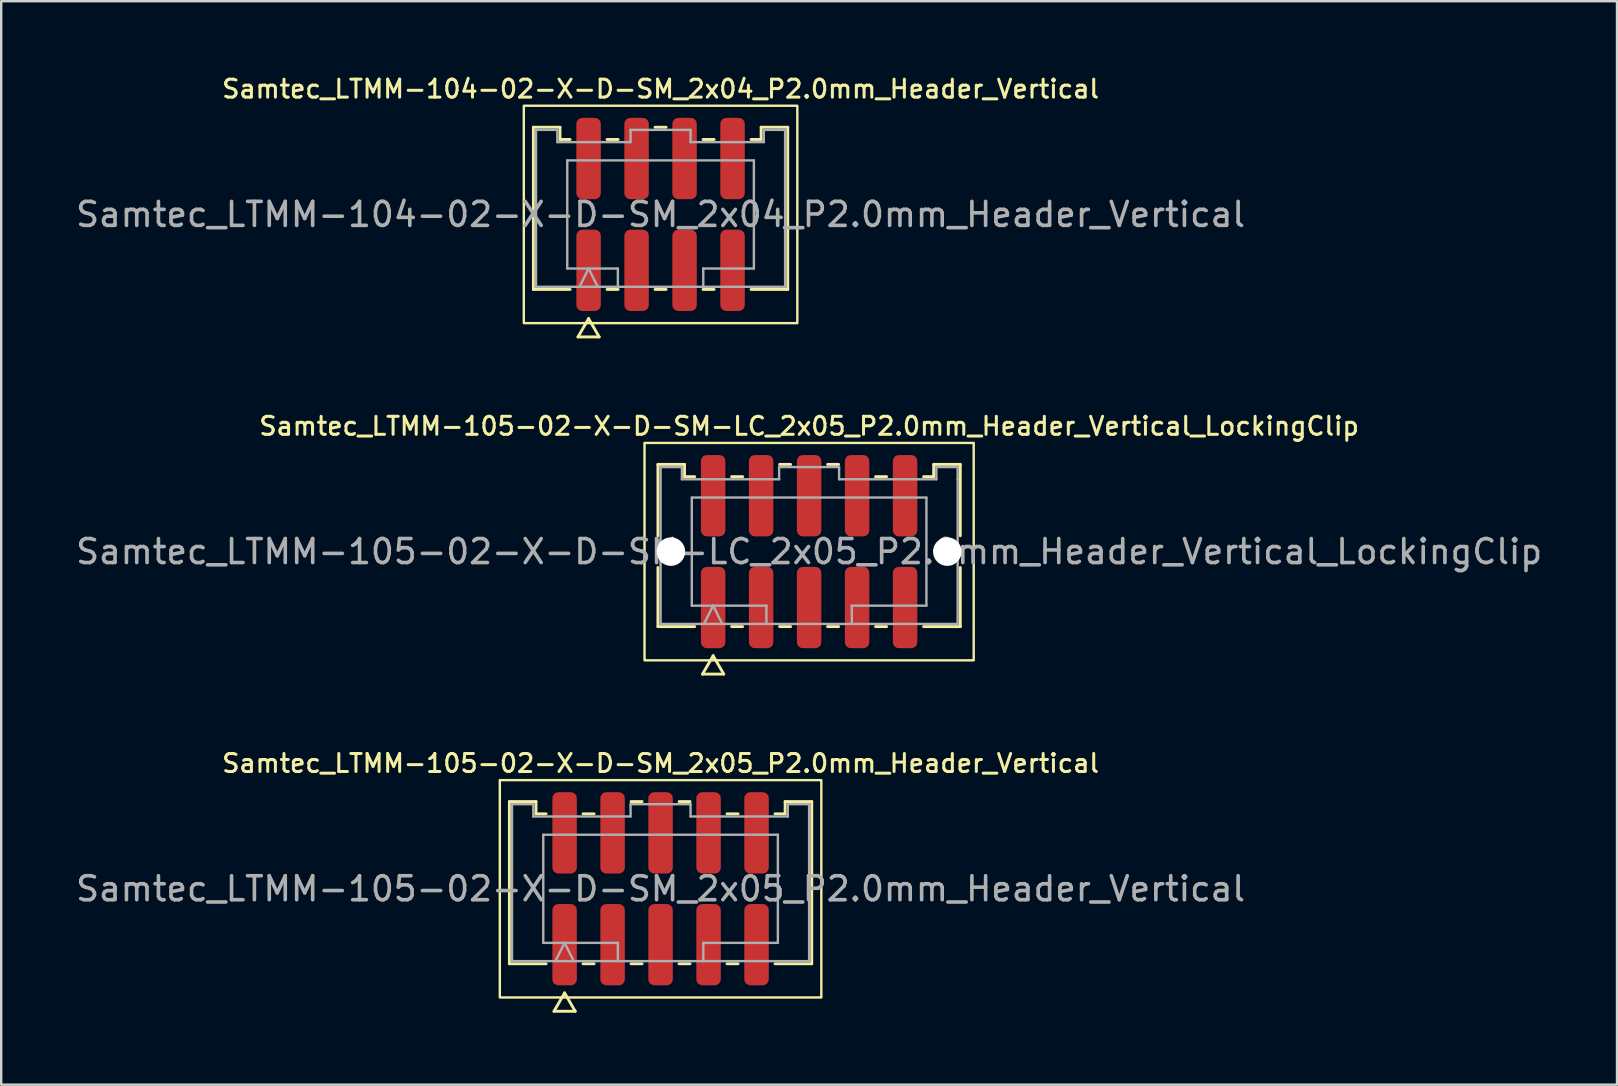
<source format=kicad_pcb>
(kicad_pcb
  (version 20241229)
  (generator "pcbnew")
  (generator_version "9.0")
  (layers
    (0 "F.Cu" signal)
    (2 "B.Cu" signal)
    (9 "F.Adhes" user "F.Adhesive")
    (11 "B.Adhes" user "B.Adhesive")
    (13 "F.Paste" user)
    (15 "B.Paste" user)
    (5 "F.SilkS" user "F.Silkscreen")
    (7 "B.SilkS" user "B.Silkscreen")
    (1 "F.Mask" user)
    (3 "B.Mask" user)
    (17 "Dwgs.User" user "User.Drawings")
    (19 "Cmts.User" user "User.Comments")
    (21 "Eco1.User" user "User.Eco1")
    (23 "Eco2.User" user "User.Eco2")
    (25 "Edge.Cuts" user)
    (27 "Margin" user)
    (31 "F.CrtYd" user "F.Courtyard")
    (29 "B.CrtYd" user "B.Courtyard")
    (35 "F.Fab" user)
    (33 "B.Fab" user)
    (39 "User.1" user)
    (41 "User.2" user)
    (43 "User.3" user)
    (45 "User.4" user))
  (footprint "Samtec_LTMM-105-02-X-D-SM_2x05_P2.0mm_Header_Vertical"
    (layer "F.Cu")
    (at 24.482 33.994)
    (property "Reference" "Samtec_LTMM-105-02-X-D-SM_2x05_P2.0mm_Header_Vertical" (at 0 -5.23 0) (layer "F.SilkS") (effects (font (size 0.75 0.75) (thickness 0.125))))
    (attr smd)
    (fp_line (start -6.301 -3.635) (end -5.192 -3.635) (stroke (width 0.12) (type solid)) (layer "F.SilkS"))
    (fp_line (start -6.301 3.125) (end -6.301 -3.635) (stroke (width 0.12) (type solid)) (layer "F.SilkS"))
    (fp_line (start -5.192 -3.635) (end -5.192 -3.125) (stroke (width 0.12) (type solid)) (layer "F.SilkS"))
    (fp_line (start -5.192 -3.125) (end -4.77 -3.125) (stroke (width 0.12) (type solid)) (layer "F.SilkS"))
    (fp_line (start -4.77 3.125) (end -6.301 3.125) (stroke (width 0.12) (type solid)) (layer "F.SilkS"))
    (fp_line (start -4.442 5.105) (end -4 4.34) (stroke (width 0.12) (type solid)) (layer "F.SilkS"))
    (fp_line (start -4 4.34) (end -3.558 5.105) (stroke (width 0.12) (type solid)) (layer "F.SilkS"))
    (fp_line (start -3.558 5.105) (end -4.442 5.105) (stroke (width 0.12) (type solid)) (layer "F.SilkS"))
    (fp_line (start -3.23 -3.125) (end -2.77 -3.125) (stroke (width 0.12) (type solid)) (layer "F.SilkS"))
    (fp_line (start -2.77 3.125) (end -3.23 3.125) (stroke (width 0.12) (type solid)) (layer "F.SilkS"))
    (fp_line (start -1.23 -3.635) (end -0.77 -3.635) (stroke (width 0.12) (type solid)) (layer "F.SilkS"))
    (fp_line (start -0.77 3.125) (end -1.23 3.125) (stroke (width 0.12) (type solid)) (layer "F.SilkS"))
    (fp_line (start 0.77 -3.635) (end 1.23 -3.635) (stroke (width 0.12) (type solid)) (layer "F.SilkS"))
    (fp_line (start 1.23 3.125) (end 0.77 3.125) (stroke (width 0.12) (type solid)) (layer "F.SilkS"))
    (fp_line (start 2.77 -3.125) (end 3.23 -3.125) (stroke (width 0.12) (type solid)) (layer "F.SilkS"))
    (fp_line (start 3.23 3.125) (end 2.77 3.125) (stroke (width 0.12) (type solid)) (layer "F.SilkS"))
    (fp_line (start 4.77 -3.125) (end 5.192 -3.125) (stroke (width 0.12) (type solid)) (layer "F.SilkS"))
    (fp_line (start 5.192 -3.635) (end 6.301 -3.635) (stroke (width 0.12) (type solid)) (layer "F.SilkS"))
    (fp_line (start 5.192 -3.125) (end 5.192 -3.635) (stroke (width 0.12) (type solid)) (layer "F.SilkS"))
    (fp_line (start 6.301 -3.635) (end 6.301 3.125) (stroke (width 0.12) (type solid)) (layer "F.SilkS"))
    (fp_line (start 6.301 3.125) (end 4.77 3.125) (stroke (width 0.12) (type solid)) (layer "F.SilkS"))
    (fp_rect (start -6.7 -4.53) (end 6.7 4.53) (stroke (width 0.1) (type solid)) (fill no) (layer "F.SilkS"))
    (fp_line (start -6.191 -3.525) (end -5.303 -3.525) (stroke (width 0.1) (type solid)) (layer "F.Fab"))
    (fp_line (start -6.191 3.015) (end -6.191 -3.525) (stroke (width 0.1) (type solid)) (layer "F.Fab"))
    (fp_line (start -5.303 -3.525) (end -5.303 -3.015) (stroke (width 0.1) (type solid)) (layer "F.Fab"))
    (fp_line (start -5.303 -3.015) (end -1.25 -3.015) (stroke (width 0.1) (type solid)) (layer "F.Fab"))
    (fp_line (start -4.889 -2.253) (end 4.889 -2.253) (stroke (width 0.1) (type solid)) (layer "F.Fab"))
    (fp_line (start -4.889 2.253) (end -4.889 -2.253) (stroke (width 0.1) (type solid)) (layer "F.Fab"))
    (fp_line (start -4.381 3.015) (end -4 2.253) (stroke (width 0.1) (type solid)) (layer "F.Fab"))
    (fp_line (start -4 2.253) (end -3.619 3.015) (stroke (width 0.1) (type solid)) (layer "F.Fab"))
    (fp_line (start -1.78 2.253) (end -4.889 2.253) (stroke (width 0.1) (type solid)) (layer "F.Fab"))
    (fp_line (start -1.78 3.015) (end -1.78 2.253) (stroke (width 0.1) (type solid)) (layer "F.Fab"))
    (fp_line (start -1.25 -3.525) (end 1.25 -3.525) (stroke (width 0.1) (type solid)) (layer "F.Fab"))
    (fp_line (start -1.25 -3.015) (end -1.25 -3.525) (stroke (width 0.1) (type solid)) (layer "F.Fab"))
    (fp_line (start 1.25 -3.525) (end 1.25 -3.015) (stroke (width 0.1) (type solid)) (layer "F.Fab"))
    (fp_line (start 1.25 -3.015) (end 5.303 -3.015) (stroke (width 0.1) (type solid)) (layer "F.Fab"))
    (fp_line (start 1.78 2.253) (end 1.78 3.015) (stroke (width 0.1) (type solid)) (layer "F.Fab"))
    (fp_line (start 4.889 -2.253) (end 4.889 2.253) (stroke (width 0.1) (type solid)) (layer "F.Fab"))
    (fp_line (start 4.889 2.253) (end 1.78 2.253) (stroke (width 0.1) (type solid)) (layer "F.Fab"))
    (fp_line (start 5.303 -3.525) (end 6.191 -3.525) (stroke (width 0.1) (type solid)) (layer "F.Fab"))
    (fp_line (start 5.303 -3.015) (end 5.303 -3.525) (stroke (width 0.1) (type solid)) (layer "F.Fab"))
    (fp_line (start 6.191 -3.525) (end 6.191 -3.015) (stroke (width 0.1) (type solid)) (layer "F.Fab"))
    (fp_line (start 6.191 -3.015) (end 6.191 3.015) (stroke (width 0.1) (type solid)) (layer "F.Fab"))
    (fp_line (start 6.191 3.015) (end -6.191 3.015) (stroke (width 0.1) (type solid)) (layer "F.Fab"))
    (fp_text user "${REFERENCE}" (at 0 0 0) (layer "F.Fab") (effects (font (size 1 1) (thickness 0.15))))
    (pad "1" smd roundrect (at -4 2.33) (size 1.02 3.39) (layers "F.Cu" "F.Mask" "F.Paste") (roundrect_rratio 0.245))
    (pad "2" smd roundrect (at -4 -2.33) (size 1.02 3.39) (layers "F.Cu" "F.Mask" "F.Paste") (roundrect_rratio 0.245))
    (pad "3" smd roundrect (at -2 2.33) (size 1.02 3.39) (layers "F.Cu" "F.Mask" "F.Paste") (roundrect_rratio 0.245))
    (pad "4" smd roundrect (at -2 -2.33) (size 1.02 3.39) (layers "F.Cu" "F.Mask" "F.Paste") (roundrect_rratio 0.245))
    (pad "5" smd roundrect (at 0 2.33) (size 1.02 3.39) (layers "F.Cu" "F.Mask" "F.Paste") (roundrect_rratio 0.245))
    (pad "6" smd roundrect (at 0 -2.33) (size 1.02 3.39) (layers "F.Cu" "F.Mask" "F.Paste") (roundrect_rratio 0.245))
    (pad "7" smd roundrect (at 2 2.33) (size 1.02 3.39) (layers "F.Cu" "F.Mask" "F.Paste") (roundrect_rratio 0.245))
    (pad "8" smd roundrect (at 2 -2.33) (size 1.02 3.39) (layers "F.Cu" "F.Mask" "F.Paste") (roundrect_rratio 0.245))
    (pad "9" smd roundrect (at 4 2.33) (size 1.02 3.39) (layers "F.Cu" "F.Mask" "F.Paste") (roundrect_rratio 0.245))
    (pad "10" smd roundrect (at 4 -2.33) (size 1.02 3.39) (layers "F.Cu" "F.Mask" "F.Paste") (roundrect_rratio 0.245)))
  (footprint "Samtec_LTMM-104-02-X-D-SM_2x04_P2.0mm_Header_Vertical"
    (layer "F.Cu")
    (at 24.482 5.888)
    (property "Reference" "Samtec_LTMM-104-02-X-D-SM_2x04_P2.0mm_Header_Vertical" (at 0 -5.23 0) (layer "F.SilkS") (effects (font (size 0.75 0.75) (thickness 0.125))))
    (attr smd)
    (fp_line (start -5.301 -3.635) (end -4.192 -3.635) (stroke (width 0.12) (type solid)) (layer "F.SilkS"))
    (fp_line (start -5.301 3.125) (end -5.301 -3.635) (stroke (width 0.12) (type solid)) (layer "F.SilkS"))
    (fp_line (start -4.192 -3.635) (end -4.192 -3.125) (stroke (width 0.12) (type solid)) (layer "F.SilkS"))
    (fp_line (start -4.192 -3.125) (end -3.77 -3.125) (stroke (width 0.12) (type solid)) (layer "F.SilkS"))
    (fp_line (start -3.77 3.125) (end -5.301 3.125) (stroke (width 0.12) (type solid)) (layer "F.SilkS"))
    (fp_line (start -3.442 5.105) (end -3 4.34) (stroke (width 0.12) (type solid)) (layer "F.SilkS"))
    (fp_line (start -3 4.34) (end -2.558 5.105) (stroke (width 0.12) (type solid)) (layer "F.SilkS"))
    (fp_line (start -2.558 5.105) (end -3.442 5.105) (stroke (width 0.12) (type solid)) (layer "F.SilkS"))
    (fp_line (start -2.23 -3.125) (end -1.77 -3.125) (stroke (width 0.12) (type solid)) (layer "F.SilkS"))
    (fp_line (start -1.77 3.125) (end -2.23 3.125) (stroke (width 0.12) (type solid)) (layer "F.SilkS"))
    (fp_line (start -0.23 -3.635) (end 0.23 -3.635) (stroke (width 0.12) (type solid)) (layer "F.SilkS"))
    (fp_line (start 0.23 3.125) (end -0.23 3.125) (stroke (width 0.12) (type solid)) (layer "F.SilkS"))
    (fp_line (start 1.77 -3.125) (end 2.23 -3.125) (stroke (width 0.12) (type solid)) (layer "F.SilkS"))
    (fp_line (start 2.23 3.125) (end 1.77 3.125) (stroke (width 0.12) (type solid)) (layer "F.SilkS"))
    (fp_line (start 3.77 -3.125) (end 4.192 -3.125) (stroke (width 0.12) (type solid)) (layer "F.SilkS"))
    (fp_line (start 4.192 -3.635) (end 5.301 -3.635) (stroke (width 0.12) (type solid)) (layer "F.SilkS"))
    (fp_line (start 4.192 -3.125) (end 4.192 -3.635) (stroke (width 0.12) (type solid)) (layer "F.SilkS"))
    (fp_line (start 5.301 -3.635) (end 5.301 3.125) (stroke (width 0.12) (type solid)) (layer "F.SilkS"))
    (fp_line (start 5.301 3.125) (end 3.77 3.125) (stroke (width 0.12) (type solid)) (layer "F.SilkS"))
    (fp_rect (start -5.7 -4.53) (end 5.7 4.53) (stroke (width 0.1) (type solid)) (fill no) (layer "F.SilkS"))
    (fp_line (start -5.191 -3.525) (end -4.303 -3.525) (stroke (width 0.1) (type solid)) (layer "F.Fab"))
    (fp_line (start -5.191 3.015) (end -5.191 -3.525) (stroke (width 0.1) (type solid)) (layer "F.Fab"))
    (fp_line (start -4.303 -3.525) (end -4.303 -3.015) (stroke (width 0.1) (type solid)) (layer "F.Fab"))
    (fp_line (start -4.303 -3.015) (end -1.25 -3.015) (stroke (width 0.1) (type solid)) (layer "F.Fab"))
    (fp_line (start -3.889 -2.253) (end 3.889 -2.253) (stroke (width 0.1) (type solid)) (layer "F.Fab"))
    (fp_line (start -3.889 2.253) (end -3.889 -2.253) (stroke (width 0.1) (type solid)) (layer "F.Fab"))
    (fp_line (start -3.381 3.015) (end -3 2.253) (stroke (width 0.1) (type solid)) (layer "F.Fab"))
    (fp_line (start -3 2.253) (end -2.619 3.015) (stroke (width 0.1) (type solid)) (layer "F.Fab"))
    (fp_line (start -1.78 2.253) (end -3.889 2.253) (stroke (width 0.1) (type solid)) (layer "F.Fab"))
    (fp_line (start -1.78 3.015) (end -1.78 2.253) (stroke (width 0.1) (type solid)) (layer "F.Fab"))
    (fp_line (start -1.25 -3.525) (end 1.25 -3.525) (stroke (width 0.1) (type solid)) (layer "F.Fab"))
    (fp_line (start -1.25 -3.015) (end -1.25 -3.525) (stroke (width 0.1) (type solid)) (layer "F.Fab"))
    (fp_line (start 1.25 -3.525) (end 1.25 -3.015) (stroke (width 0.1) (type solid)) (layer "F.Fab"))
    (fp_line (start 1.25 -3.015) (end 4.303 -3.015) (stroke (width 0.1) (type solid)) (layer "F.Fab"))
    (fp_line (start 1.78 2.253) (end 1.78 3.015) (stroke (width 0.1) (type solid)) (layer "F.Fab"))
    (fp_line (start 3.889 -2.253) (end 3.889 2.253) (stroke (width 0.1) (type solid)) (layer "F.Fab"))
    (fp_line (start 3.889 2.253) (end 1.78 2.253) (stroke (width 0.1) (type solid)) (layer "F.Fab"))
    (fp_line (start 4.303 -3.525) (end 5.191 -3.525) (stroke (width 0.1) (type solid)) (layer "F.Fab"))
    (fp_line (start 4.303 -3.015) (end 4.303 -3.525) (stroke (width 0.1) (type solid)) (layer "F.Fab"))
    (fp_line (start 5.191 -3.525) (end 5.191 -3.015) (stroke (width 0.1) (type solid)) (layer "F.Fab"))
    (fp_line (start 5.191 -3.015) (end 5.191 3.015) (stroke (width 0.1) (type solid)) (layer "F.Fab"))
    (fp_line (start 5.191 3.015) (end -5.191 3.015) (stroke (width 0.1) (type solid)) (layer "F.Fab"))
    (fp_text user "${REFERENCE}" (at 0 0 0) (layer "F.Fab") (effects (font (size 1 1) (thickness 0.15))))
    (pad "1" smd roundrect (at -3 2.33) (size 1.02 3.39) (layers "F.Cu" "F.Mask" "F.Paste") (roundrect_rratio 0.245))
    (pad "2" smd roundrect (at -3 -2.33) (size 1.02 3.39) (layers "F.Cu" "F.Mask" "F.Paste") (roundrect_rratio 0.245))
    (pad "3" smd roundrect (at -1 2.33) (size 1.02 3.39) (layers "F.Cu" "F.Mask" "F.Paste") (roundrect_rratio 0.245))
    (pad "4" smd roundrect (at -1 -2.33) (size 1.02 3.39) (layers "F.Cu" "F.Mask" "F.Paste") (roundrect_rratio 0.245))
    (pad "5" smd roundrect (at 1 2.33) (size 1.02 3.39) (layers "F.Cu" "F.Mask" "F.Paste") (roundrect_rratio 0.245))
    (pad "6" smd roundrect (at 1 -2.33) (size 1.02 3.39) (layers "F.Cu" "F.Mask" "F.Paste") (roundrect_rratio 0.245))
    (pad "7" smd roundrect (at 3 2.33) (size 1.02 3.39) (layers "F.Cu" "F.Mask" "F.Paste") (roundrect_rratio 0.245))
    (pad "8" smd roundrect (at 3 -2.33) (size 1.02 3.39) (layers "F.Cu" "F.Mask" "F.Paste") (roundrect_rratio 0.245)))
  (footprint "Samtec_LTMM-105-02-X-D-SM-LC_2x05_P2.0mm_Header_Vertical_LockingClip"
    (layer "F.Cu")
    (at 30.673 19.941)
    (property "Reference" "Samtec_LTMM-105-02-X-D-SM-LC_2x05_P2.0mm_Header_Vertical_LockingClip" (at 0 -5.23 0) (layer "F.SilkS") (effects (font (size 0.75 0.75) (thickness 0.125))))
    (attr smd)
    (fp_line (start -6.301 -3.635) (end -5.192 -3.635) (stroke (width 0.12) (type solid)) (layer "F.SilkS"))
    (fp_line (start -6.301 -0.662) (end -6.301 -3.635) (stroke (width 0.12) (type solid)) (layer "F.SilkS"))
    (fp_line (start -6.301 3.125) (end -6.301 0.662) (stroke (width 0.12) (type solid)) (layer "F.SilkS"))
    (fp_line (start -5.192 -3.635) (end -5.192 -3.125) (stroke (width 0.12) (type solid)) (layer "F.SilkS"))
    (fp_line (start -5.192 -3.125) (end -4.77 -3.125) (stroke (width 0.12) (type solid)) (layer "F.SilkS"))
    (fp_line (start -4.77 3.125) (end -6.301 3.125) (stroke (width 0.12) (type solid)) (layer "F.SilkS"))
    (fp_line (start -4.442 5.105) (end -4 4.34) (stroke (width 0.12) (type solid)) (layer "F.SilkS"))
    (fp_line (start -4 4.34) (end -3.558 5.105) (stroke (width 0.12) (type solid)) (layer "F.SilkS"))
    (fp_line (start -3.558 5.105) (end -4.442 5.105) (stroke (width 0.12) (type solid)) (layer "F.SilkS"))
    (fp_line (start -3.23 -3.125) (end -2.77 -3.125) (stroke (width 0.12) (type solid)) (layer "F.SilkS"))
    (fp_line (start -2.77 3.125) (end -3.23 3.125) (stroke (width 0.12) (type solid)) (layer "F.SilkS"))
    (fp_line (start -1.23 -3.635) (end -0.77 -3.635) (stroke (width 0.12) (type solid)) (layer "F.SilkS"))
    (fp_line (start -0.77 3.125) (end -1.23 3.125) (stroke (width 0.12) (type solid)) (layer "F.SilkS"))
    (fp_line (start 0.77 -3.635) (end 1.23 -3.635) (stroke (width 0.12) (type solid)) (layer "F.SilkS"))
    (fp_line (start 1.23 3.125) (end 0.77 3.125) (stroke (width 0.12) (type solid)) (layer "F.SilkS"))
    (fp_line (start 2.77 -3.125) (end 3.23 -3.125) (stroke (width 0.12) (type solid)) (layer "F.SilkS"))
    (fp_line (start 3.23 3.125) (end 2.77 3.125) (stroke (width 0.12) (type solid)) (layer "F.SilkS"))
    (fp_line (start 4.77 -3.125) (end 5.192 -3.125) (stroke (width 0.12) (type solid)) (layer "F.SilkS"))
    (fp_line (start 5.192 -3.635) (end 6.301 -3.635) (stroke (width 0.12) (type solid)) (layer "F.SilkS"))
    (fp_line (start 5.192 -3.125) (end 5.192 -3.635) (stroke (width 0.12) (type solid)) (layer "F.SilkS"))
    (fp_line (start 6.301 -3.635) (end 6.301 -0.662) (stroke (width 0.12) (type solid)) (layer "F.SilkS"))
    (fp_line (start 6.301 0.662) (end 6.301 3.125) (stroke (width 0.12) (type solid)) (layer "F.SilkS"))
    (fp_line (start 6.301 3.125) (end 4.77 3.125) (stroke (width 0.12) (type solid)) (layer "F.SilkS"))
    (fp_rect (start -6.86 -4.53) (end 6.86 4.53) (stroke (width 0.1) (type solid)) (fill no) (layer "F.SilkS"))
    (fp_line (start -6.191 -3.525) (end -5.303 -3.525) (stroke (width 0.1) (type solid)) (layer "F.Fab"))
    (fp_line (start -6.191 3.015) (end -6.191 -3.525) (stroke (width 0.1) (type solid)) (layer "F.Fab"))
    (fp_line (start -5.303 -3.525) (end -5.303 -3.015) (stroke (width 0.1) (type solid)) (layer "F.Fab"))
    (fp_line (start -5.303 -3.015) (end -1.25 -3.015) (stroke (width 0.1) (type solid)) (layer "F.Fab"))
    (fp_line (start -4.889 -2.253) (end 4.889 -2.253) (stroke (width 0.1) (type solid)) (layer "F.Fab"))
    (fp_line (start -4.889 2.253) (end -4.889 -2.253) (stroke (width 0.1) (type solid)) (layer "F.Fab"))
    (fp_line (start -4.381 3.015) (end -4 2.253) (stroke (width 0.1) (type solid)) (layer "F.Fab"))
    (fp_line (start -4 2.253) (end -3.619 3.015) (stroke (width 0.1) (type solid)) (layer "F.Fab"))
    (fp_line (start -1.78 2.253) (end -4.889 2.253) (stroke (width 0.1) (type solid)) (layer "F.Fab"))
    (fp_line (start -1.78 3.015) (end -1.78 2.253) (stroke (width 0.1) (type solid)) (layer "F.Fab"))
    (fp_line (start -1.25 -3.525) (end 1.25 -3.525) (stroke (width 0.1) (type solid)) (layer "F.Fab"))
    (fp_line (start -1.25 -3.015) (end -1.25 -3.525) (stroke (width 0.1) (type solid)) (layer "F.Fab"))
    (fp_line (start 1.25 -3.525) (end 1.25 -3.015) (stroke (width 0.1) (type solid)) (layer "F.Fab"))
    (fp_line (start 1.25 -3.015) (end 5.303 -3.015) (stroke (width 0.1) (type solid)) (layer "F.Fab"))
    (fp_line (start 1.78 2.253) (end 1.78 3.015) (stroke (width 0.1) (type solid)) (layer "F.Fab"))
    (fp_line (start 4.889 -2.253) (end 4.889 2.253) (stroke (width 0.1) (type solid)) (layer "F.Fab"))
    (fp_line (start 4.889 2.253) (end 1.78 2.253) (stroke (width 0.1) (type solid)) (layer "F.Fab"))
    (fp_line (start 5.303 -3.525) (end 6.191 -3.525) (stroke (width 0.1) (type solid)) (layer "F.Fab"))
    (fp_line (start 5.303 -3.015) (end 5.303 -3.525) (stroke (width 0.1) (type solid)) (layer "F.Fab"))
    (fp_line (start 6.191 -3.525) (end 6.191 -3.015) (stroke (width 0.1) (type solid)) (layer "F.Fab"))
    (fp_line (start 6.191 -3.015) (end 6.191 3.015) (stroke (width 0.1) (type solid)) (layer "F.Fab"))
    (fp_line (start 6.191 3.015) (end -6.191 3.015) (stroke (width 0.1) (type solid)) (layer "F.Fab"))
    (fp_text user "${REFERENCE}" (at 0 0 0) (layer "F.Fab") (effects (font (size 1 1) (thickness 0.15))))
    (pad "" np_thru_hole circle (at -5.76 0) (size 1.19 1.19) (drill 1.19) (layers "*.Cu" "*.Mask"))
    (pad "" np_thru_hole circle (at 5.76 0) (size 1.19 1.19) (drill 1.19) (layers "*.Cu" "*.Mask"))
    (pad "1" smd roundrect (at -4 2.33) (size 1.02 3.39) (layers "F.Cu" "F.Mask" "F.Paste") (roundrect_rratio 0.245))
    (pad "2" smd roundrect (at -4 -2.33) (size 1.02 3.39) (layers "F.Cu" "F.Mask" "F.Paste") (roundrect_rratio 0.245))
    (pad "3" smd roundrect (at -2 2.33) (size 1.02 3.39) (layers "F.Cu" "F.Mask" "F.Paste") (roundrect_rratio 0.245))
    (pad "4" smd roundrect (at -2 -2.33) (size 1.02 3.39) (layers "F.Cu" "F.Mask" "F.Paste") (roundrect_rratio 0.245))
    (pad "5" smd roundrect (at 0 2.33) (size 1.02 3.39) (layers "F.Cu" "F.Mask" "F.Paste") (roundrect_rratio 0.245))
    (pad "6" smd roundrect (at 0 -2.33) (size 1.02 3.39) (layers "F.Cu" "F.Mask" "F.Paste") (roundrect_rratio 0.245))
    (pad "7" smd roundrect (at 2 2.33) (size 1.02 3.39) (layers "F.Cu" "F.Mask" "F.Paste") (roundrect_rratio 0.245))
    (pad "8" smd roundrect (at 2 -2.33) (size 1.02 3.39) (layers "F.Cu" "F.Mask" "F.Paste") (roundrect_rratio 0.245))
    (pad "9" smd roundrect (at 4 2.33) (size 1.02 3.39) (layers "F.Cu" "F.Mask" "F.Paste") (roundrect_rratio 0.245))
    (pad "10" smd roundrect (at 4 -2.33) (size 1.02 3.39) (layers "F.Cu" "F.Mask" "F.Paste") (roundrect_rratio 0.245)))
  (gr_rect
    (start -3 -3)
    (end 64.345 42.159)
    (stroke (width 0.1) (type default))
    (fill no)
    (layer "Edge.Cuts")))
</source>
